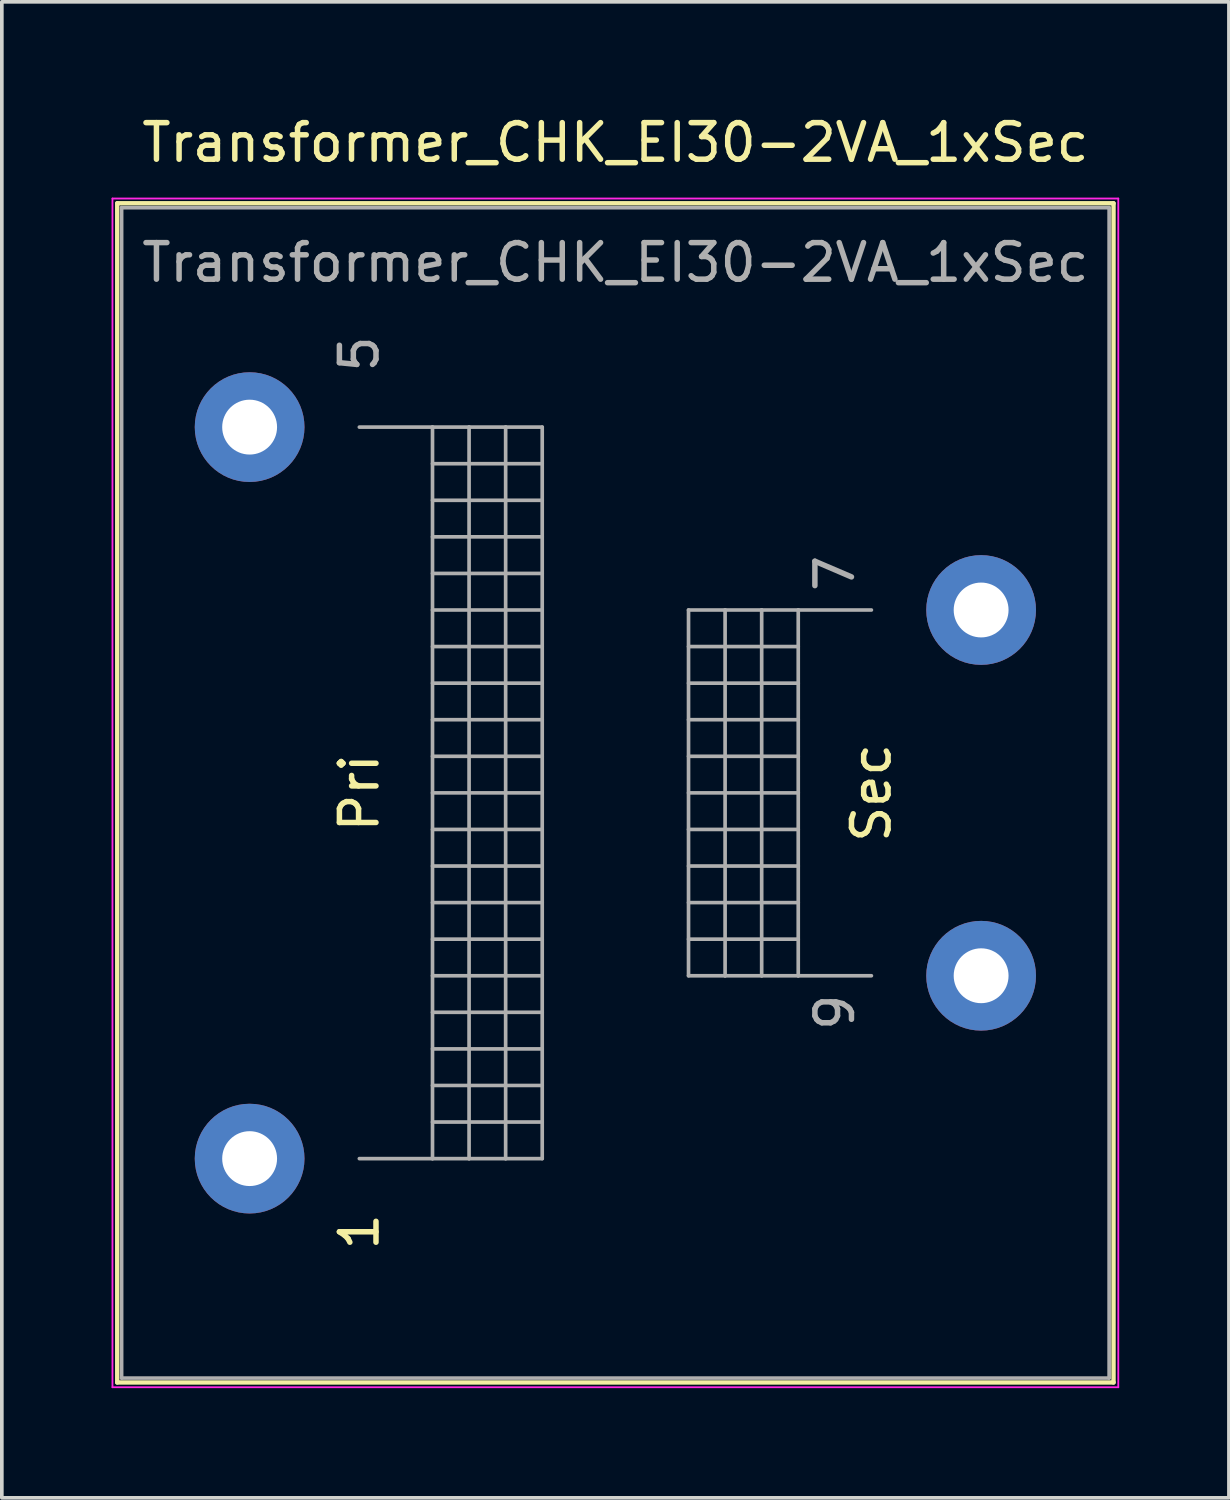
<source format=kicad_pcb>
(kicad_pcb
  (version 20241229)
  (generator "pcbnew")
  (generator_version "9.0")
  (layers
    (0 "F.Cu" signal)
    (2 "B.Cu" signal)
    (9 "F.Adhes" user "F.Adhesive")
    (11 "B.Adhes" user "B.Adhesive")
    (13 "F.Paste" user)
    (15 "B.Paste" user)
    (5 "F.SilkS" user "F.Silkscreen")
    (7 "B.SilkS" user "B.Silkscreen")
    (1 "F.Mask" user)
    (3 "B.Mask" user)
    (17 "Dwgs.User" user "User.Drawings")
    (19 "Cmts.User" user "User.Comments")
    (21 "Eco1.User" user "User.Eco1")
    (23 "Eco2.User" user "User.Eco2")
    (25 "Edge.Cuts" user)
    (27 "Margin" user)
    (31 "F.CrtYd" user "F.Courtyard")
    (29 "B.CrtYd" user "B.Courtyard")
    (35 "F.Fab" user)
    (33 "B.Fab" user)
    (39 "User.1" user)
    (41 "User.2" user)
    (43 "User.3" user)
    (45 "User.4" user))
  (footprint "Transformer_CHK_EI30-2VA_1xSec"
    (layer "F.Cu")
    (at 3.775 28.628)
    (property "Reference" "Transformer_CHK_EI30-2VA_1xSec" (at 10 -27.78 0) (layer "F.SilkS") (effects (font (size 1 1) (thickness 0.15))))
    (attr through_hole)
    (fp_line (start -3.62 -26.12) (end -3.62 6.12) (stroke (width 0.12) (type solid)) (layer "F.SilkS"))
    (fp_line (start -3.62 -26.12) (end 23.62 -26.12) (stroke (width 0.12) (type solid)) (layer "F.SilkS"))
    (fp_line (start 23.62 6.12) (end -3.62 6.12) (stroke (width 0.12) (type solid)) (layer "F.SilkS"))
    (fp_line (start 23.62 6.12) (end 23.62 -26.12) (stroke (width 0.12) (type solid)) (layer "F.SilkS"))
    (fp_line (start -3.75 -26.25) (end -3.75 6.25) (stroke (width 0.05) (type solid)) (layer "F.CrtYd"))
    (fp_line (start -3.75 -26.25) (end 23.75 -26.25) (stroke (width 0.05) (type solid)) (layer "F.CrtYd"))
    (fp_line (start 23.75 6.25) (end -3.75 6.25) (stroke (width 0.05) (type solid)) (layer "F.CrtYd"))
    (fp_line (start 23.75 6.25) (end 23.75 -26.25) (stroke (width 0.05) (type solid)) (layer "F.CrtYd"))
    (fp_line (start -3.5 -26) (end -3.5 6) (stroke (width 0.1) (type solid)) (layer "F.Fab"))
    (fp_line (start -3.5 6) (end 23.5 6) (stroke (width 0.1) (type solid)) (layer "F.Fab"))
    (fp_line (start 3 -20) (end 5 -20) (stroke (width 0.1) (type solid)) (layer "F.Fab"))
    (fp_line (start 5 -20) (end 5 0) (stroke (width 0.1) (type solid)) (layer "F.Fab"))
    (fp_line (start 5 -20) (end 6 -20) (stroke (width 0.1) (type solid)) (layer "F.Fab"))
    (fp_line (start 5 -19) (end 8 -19) (stroke (width 0.1) (type solid)) (layer "F.Fab"))
    (fp_line (start 5 -17) (end 8 -17) (stroke (width 0.1) (type solid)) (layer "F.Fab"))
    (fp_line (start 5 -15) (end 8 -15) (stroke (width 0.1) (type solid)) (layer "F.Fab"))
    (fp_line (start 5 -13) (end 8 -13) (stroke (width 0.1) (type solid)) (layer "F.Fab"))
    (fp_line (start 5 -11) (end 8 -11) (stroke (width 0.1) (type solid)) (layer "F.Fab"))
    (fp_line (start 5 -9) (end 8 -9) (stroke (width 0.1) (type solid)) (layer "F.Fab"))
    (fp_line (start 5 -7) (end 8 -7) (stroke (width 0.1) (type solid)) (layer "F.Fab"))
    (fp_line (start 5 -5) (end 8 -5) (stroke (width 0.1) (type solid)) (layer "F.Fab"))
    (fp_line (start 5 -3) (end 8 -3) (stroke (width 0.1) (type solid)) (layer "F.Fab"))
    (fp_line (start 5 -1) (end 8 -1) (stroke (width 0.1) (type solid)) (layer "F.Fab"))
    (fp_line (start 5 0) (end 3 0) (stroke (width 0.1) (type solid)) (layer "F.Fab"))
    (fp_line (start 6 -20) (end 6 0) (stroke (width 0.1) (type solid)) (layer "F.Fab"))
    (fp_line (start 6 -20) (end 7 -20) (stroke (width 0.1) (type solid)) (layer "F.Fab"))
    (fp_line (start 6 0) (end 5 0) (stroke (width 0.1) (type solid)) (layer "F.Fab"))
    (fp_line (start 7 -20) (end 7 0) (stroke (width 0.1) (type solid)) (layer "F.Fab"))
    (fp_line (start 7 -20) (end 8 -20) (stroke (width 0.1) (type solid)) (layer "F.Fab"))
    (fp_line (start 7 0) (end 6 0) (stroke (width 0.1) (type solid)) (layer "F.Fab"))
    (fp_line (start 8 -20) (end 8 0) (stroke (width 0.1) (type solid)) (layer "F.Fab"))
    (fp_line (start 8 -18) (end 5 -18) (stroke (width 0.1) (type solid)) (layer "F.Fab"))
    (fp_line (start 8 -16) (end 5 -16) (stroke (width 0.1) (type solid)) (layer "F.Fab"))
    (fp_line (start 8 -14) (end 5 -14) (stroke (width 0.1) (type solid)) (layer "F.Fab"))
    (fp_line (start 8 -12) (end 5 -12) (stroke (width 0.1) (type solid)) (layer "F.Fab"))
    (fp_line (start 8 -10) (end 5 -10) (stroke (width 0.1) (type solid)) (layer "F.Fab"))
    (fp_line (start 8 -8) (end 5 -8) (stroke (width 0.1) (type solid)) (layer "F.Fab"))
    (fp_line (start 8 -6) (end 5 -6) (stroke (width 0.1) (type solid)) (layer "F.Fab"))
    (fp_line (start 8 -4) (end 5 -4) (stroke (width 0.1) (type solid)) (layer "F.Fab"))
    (fp_line (start 8 -2) (end 5 -2) (stroke (width 0.1) (type solid)) (layer "F.Fab"))
    (fp_line (start 8 0) (end 7 0) (stroke (width 0.1) (type solid)) (layer "F.Fab"))
    (fp_line (start 12 -15) (end 12 -5) (stroke (width 0.1) (type solid)) (layer "F.Fab"))
    (fp_line (start 12 -14) (end 15 -14) (stroke (width 0.1) (type solid)) (layer "F.Fab"))
    (fp_line (start 12 -12) (end 15 -12) (stroke (width 0.1) (type solid)) (layer "F.Fab"))
    (fp_line (start 12 -10) (end 15 -10) (stroke (width 0.1) (type solid)) (layer "F.Fab"))
    (fp_line (start 12 -8) (end 15 -8) (stroke (width 0.1) (type solid)) (layer "F.Fab"))
    (fp_line (start 12 -6) (end 15 -6) (stroke (width 0.1) (type solid)) (layer "F.Fab"))
    (fp_line (start 12 -5) (end 13 -5) (stroke (width 0.1) (type solid)) (layer "F.Fab"))
    (fp_line (start 13 -15) (end 12 -15) (stroke (width 0.1) (type solid)) (layer "F.Fab"))
    (fp_line (start 13 -15) (end 13 -5) (stroke (width 0.1) (type solid)) (layer "F.Fab"))
    (fp_line (start 13 -5) (end 14 -5) (stroke (width 0.1) (type solid)) (layer "F.Fab"))
    (fp_line (start 14 -15) (end 13 -15) (stroke (width 0.1) (type solid)) (layer "F.Fab"))
    (fp_line (start 14 -15) (end 14 -5) (stroke (width 0.1) (type solid)) (layer "F.Fab"))
    (fp_line (start 14 -5) (end 15 -5) (stroke (width 0.1) (type solid)) (layer "F.Fab"))
    (fp_line (start 15 -15) (end 14 -15) (stroke (width 0.1) (type solid)) (layer "F.Fab"))
    (fp_line (start 15 -15) (end 15 -5) (stroke (width 0.1) (type solid)) (layer "F.Fab"))
    (fp_line (start 15 -13) (end 12 -13) (stroke (width 0.1) (type solid)) (layer "F.Fab"))
    (fp_line (start 15 -11) (end 12 -11) (stroke (width 0.1) (type solid)) (layer "F.Fab"))
    (fp_line (start 15 -9) (end 12 -9) (stroke (width 0.1) (type solid)) (layer "F.Fab"))
    (fp_line (start 15 -7) (end 12 -7) (stroke (width 0.1) (type solid)) (layer "F.Fab"))
    (fp_line (start 15 -5) (end 17 -5) (stroke (width 0.1) (type solid)) (layer "F.Fab"))
    (fp_line (start 17 -15) (end 15 -15) (stroke (width 0.1) (type solid)) (layer "F.Fab"))
    (fp_line (start 23.5 -26) (end -3.5 -26) (stroke (width 0.1) (type solid)) (layer "F.Fab"))
    (fp_line (start 23.5 6) (end 23.5 -26) (stroke (width 0.1) (type solid)) (layer "F.Fab"))
    (fp_text user "Pri" (at 3 -10 90) (layer "F.SilkS") (effects (font (size 1 1) (thickness 0.15))))
    (fp_text user "Sec" (at 17 -10 90) (layer "F.SilkS") (effects (font (size 1 1) (thickness 0.15))))
    (fp_text user "1" (at 3 2 90) (layer "F.SilkS") (effects (font (size 1 1) (thickness 0.15))))
    (fp_text user "5" (at 3 -22 90) (layer "F.Fab") (effects (font (size 1 1) (thickness 0.15))))
    (fp_text user "9" (at 16 -4 90) (layer "F.Fab") (effects (font (size 1 1) (thickness 0.15))))
    (fp_text user "7" (at 16 -16 90) (layer "F.Fab") (effects (font (size 1 1) (thickness 0.15))))
    (fp_text user "${REFERENCE}" (at 10 -24.5 0) (layer "F.Fab") (effects (font (size 1 1) (thickness 0.15))))
    (pad "1" thru_hole circle (at 0 0) (size 3 3) (drill 1.5) (layers "*.Cu" "*.Mask"))
    (pad "5" thru_hole circle (at 0 -20) (size 3 3) (drill 1.5) (layers "*.Cu" "*.Mask"))
    (pad "7" thru_hole circle (at 20 -15) (size 3 3) (drill 1.5) (layers "*.Cu" "*.Mask"))
    (pad "9" thru_hole circle (at 20 -5) (size 3 3) (drill 1.5) (layers "*.Cu" "*.Mask")))
  (gr_rect
    (start -3 -3)
    (end 30.55 37.903)
    (stroke (width 0.1) (type default))
    (fill no)
    (layer "Edge.Cuts")))
</source>
